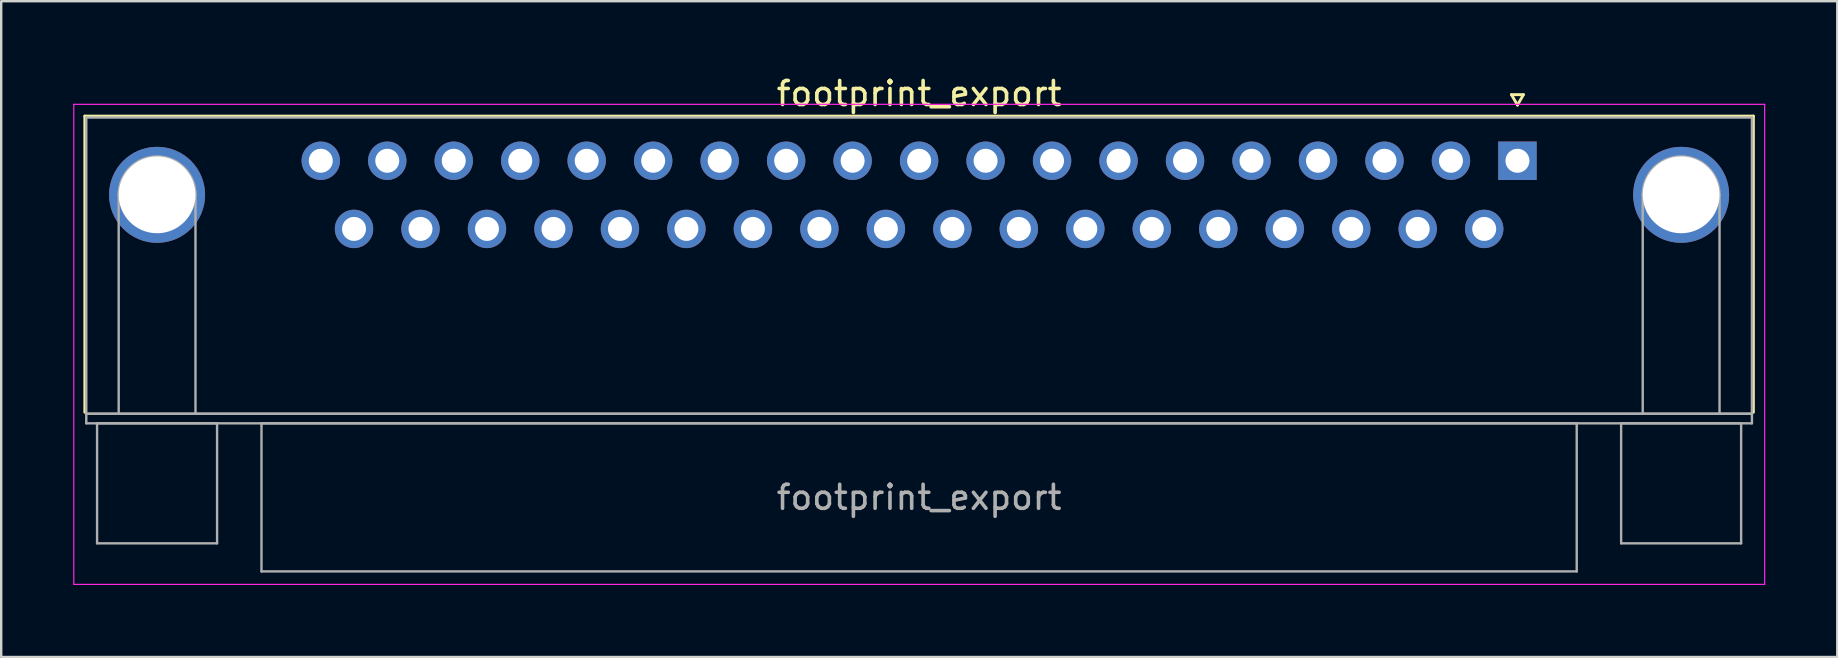
<source format=kicad_pcb>
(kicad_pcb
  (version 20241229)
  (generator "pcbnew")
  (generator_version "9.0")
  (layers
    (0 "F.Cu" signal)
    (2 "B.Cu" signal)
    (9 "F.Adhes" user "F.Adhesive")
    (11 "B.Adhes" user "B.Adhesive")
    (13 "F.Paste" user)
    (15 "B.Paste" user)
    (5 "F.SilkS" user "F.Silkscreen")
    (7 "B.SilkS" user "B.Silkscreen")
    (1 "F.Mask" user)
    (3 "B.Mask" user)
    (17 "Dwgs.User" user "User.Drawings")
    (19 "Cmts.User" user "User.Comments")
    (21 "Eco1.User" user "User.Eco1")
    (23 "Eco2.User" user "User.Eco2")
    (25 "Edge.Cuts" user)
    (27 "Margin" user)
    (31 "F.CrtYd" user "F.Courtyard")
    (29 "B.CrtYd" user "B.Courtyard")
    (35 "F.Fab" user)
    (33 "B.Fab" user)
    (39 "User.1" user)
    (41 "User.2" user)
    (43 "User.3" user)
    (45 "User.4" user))
  (footprint "footprint_export"
    (layer "F.Cu")
    (at 60.175 3.648)
    (property "Reference" "footprint_export" (at -24.93 -2.8 0) (layer "F.SilkS") (effects (font (size 1 1) (thickness 0.15))))
    (attr through_hole)
    (fp_line (start -59.69 -1.86) (end 9.83 -1.86) (stroke (width 0.12) (type solid)) (layer "F.SilkS"))
    (fp_line (start -59.69 10.48) (end -59.69 -1.86) (stroke (width 0.12) (type solid)) (layer "F.SilkS"))
    (fp_line (start -0.25 -2.754) (end 0.25 -2.754) (stroke (width 0.12) (type solid)) (layer "F.SilkS"))
    (fp_line (start 0 -2.321) (end -0.25 -2.754) (stroke (width 0.12) (type solid)) (layer "F.SilkS"))
    (fp_line (start 0.25 -2.754) (end 0 -2.321) (stroke (width 0.12) (type solid)) (layer "F.SilkS"))
    (fp_line (start 9.83 -1.86) (end 9.83 10.48) (stroke (width 0.12) (type solid)) (layer "F.SilkS"))
    (fp_line (start -60.15 -2.35) (end -60.15 17.65) (stroke (width 0.05) (type solid)) (layer "F.CrtYd"))
    (fp_line (start -60.15 17.65) (end 10.3 17.65) (stroke (width 0.05) (type solid)) (layer "F.CrtYd"))
    (fp_line (start 10.3 -2.35) (end -60.15 -2.35) (stroke (width 0.05) (type solid)) (layer "F.CrtYd"))
    (fp_line (start 10.3 17.65) (end 10.3 -2.35) (stroke (width 0.05) (type solid)) (layer "F.CrtYd"))
    (fp_line (start -59.63 -1.8) (end -59.63 10.54) (stroke (width 0.1) (type solid)) (layer "F.Fab"))
    (fp_line (start -59.63 10.54) (end -59.63 10.94) (stroke (width 0.1) (type solid)) (layer "F.Fab"))
    (fp_line (start -59.63 10.54) (end 9.77 10.54) (stroke (width 0.1) (type solid)) (layer "F.Fab"))
    (fp_line (start -59.63 10.94) (end 9.77 10.94) (stroke (width 0.1) (type solid)) (layer "F.Fab"))
    (fp_line (start -59.18 10.94) (end -59.18 15.94) (stroke (width 0.1) (type solid)) (layer "F.Fab"))
    (fp_line (start -59.18 15.94) (end -54.18 15.94) (stroke (width 0.1) (type solid)) (layer "F.Fab"))
    (fp_line (start -58.28 10.54) (end -58.28 1.42) (stroke (width 0.1) (type solid)) (layer "F.Fab"))
    (fp_line (start -55.08 10.54) (end -55.08 1.42) (stroke (width 0.1) (type solid)) (layer "F.Fab"))
    (fp_line (start -54.18 10.94) (end -59.18 10.94) (stroke (width 0.1) (type solid)) (layer "F.Fab"))
    (fp_line (start -54.18 15.94) (end -54.18 10.94) (stroke (width 0.1) (type solid)) (layer "F.Fab"))
    (fp_line (start -52.33 10.94) (end -52.33 17.11) (stroke (width 0.1) (type solid)) (layer "F.Fab"))
    (fp_line (start -52.33 17.11) (end 2.47 17.11) (stroke (width 0.1) (type solid)) (layer "F.Fab"))
    (fp_line (start 2.47 10.94) (end -52.33 10.94) (stroke (width 0.1) (type solid)) (layer "F.Fab"))
    (fp_line (start 2.47 17.11) (end 2.47 10.94) (stroke (width 0.1) (type solid)) (layer "F.Fab"))
    (fp_line (start 4.32 10.94) (end 4.32 15.94) (stroke (width 0.1) (type solid)) (layer "F.Fab"))
    (fp_line (start 4.32 15.94) (end 9.32 15.94) (stroke (width 0.1) (type solid)) (layer "F.Fab"))
    (fp_line (start 5.22 10.54) (end 5.22 1.42) (stroke (width 0.1) (type solid)) (layer "F.Fab"))
    (fp_line (start 8.42 10.54) (end 8.42 1.42) (stroke (width 0.1) (type solid)) (layer "F.Fab"))
    (fp_line (start 9.32 10.94) (end 4.32 10.94) (stroke (width 0.1) (type solid)) (layer "F.Fab"))
    (fp_line (start 9.32 15.94) (end 9.32 10.94) (stroke (width 0.1) (type solid)) (layer "F.Fab"))
    (fp_line (start 9.77 -1.8) (end -59.63 -1.8) (stroke (width 0.1) (type solid)) (layer "F.Fab"))
    (fp_line (start 9.77 10.54) (end -59.63 10.54) (stroke (width 0.1) (type solid)) (layer "F.Fab"))
    (fp_line (start 9.77 10.54) (end 9.77 -1.8) (stroke (width 0.1) (type solid)) (layer "F.Fab"))
    (fp_line (start 9.77 10.94) (end 9.77 10.54) (stroke (width 0.1) (type solid)) (layer "F.Fab"))
    (fp_arc (start -58.28 1.42) (mid -56.68 -0.18) (end -55.08 1.42) (stroke (width 0.1) (type solid)) (layer "F.Fab"))
    (fp_arc (start 5.22 1.42) (mid 6.82 -0.18) (end 8.42 1.42) (stroke (width 0.1) (type solid)) (layer "F.Fab"))
    (fp_text user "${REFERENCE}" (at -24.93 14.025 0) (layer "F.Fab") (effects (font (size 1 1) (thickness 0.15))))
    (pad "0" thru_hole circle (at -56.68 1.42) (size 4 4) (drill 3.2) (layers "*.Cu" "*.Mask"))
    (pad "0" thru_hole circle (at 6.82 1.42) (size 4 4) (drill 3.2) (layers "*.Cu" "*.Mask"))
    (pad "1" thru_hole rect (at 0 0) (size 1.6 1.6) (drill 1) (layers "*.Cu" "*.Mask"))
    (pad "2" thru_hole circle (at -2.77 0) (size 1.6 1.6) (drill 1) (layers "*.Cu" "*.Mask"))
    (pad "3" thru_hole circle (at -5.54 0) (size 1.6 1.6) (drill 1) (layers "*.Cu" "*.Mask"))
    (pad "4" thru_hole circle (at -8.31 0) (size 1.6 1.6) (drill 1) (layers "*.Cu" "*.Mask"))
    (pad "5" thru_hole circle (at -11.08 0) (size 1.6 1.6) (drill 1) (layers "*.Cu" "*.Mask"))
    (pad "6" thru_hole circle (at -13.85 0) (size 1.6 1.6) (drill 1) (layers "*.Cu" "*.Mask"))
    (pad "7" thru_hole circle (at -16.62 0) (size 1.6 1.6) (drill 1) (layers "*.Cu" "*.Mask"))
    (pad "8" thru_hole circle (at -19.39 0) (size 1.6 1.6) (drill 1) (layers "*.Cu" "*.Mask"))
    (pad "9" thru_hole circle (at -22.16 0) (size 1.6 1.6) (drill 1) (layers "*.Cu" "*.Mask"))
    (pad "10" thru_hole circle (at -24.93 0) (size 1.6 1.6) (drill 1) (layers "*.Cu" "*.Mask"))
    (pad "11" thru_hole circle (at -27.7 0) (size 1.6 1.6) (drill 1) (layers "*.Cu" "*.Mask"))
    (pad "12" thru_hole circle (at -30.47 0) (size 1.6 1.6) (drill 1) (layers "*.Cu" "*.Mask"))
    (pad "13" thru_hole circle (at -33.24 0) (size 1.6 1.6) (drill 1) (layers "*.Cu" "*.Mask"))
    (pad "14" thru_hole circle (at -36.01 0) (size 1.6 1.6) (drill 1) (layers "*.Cu" "*.Mask"))
    (pad "15" thru_hole circle (at -38.78 0) (size 1.6 1.6) (drill 1) (layers "*.Cu" "*.Mask"))
    (pad "16" thru_hole circle (at -41.55 0) (size 1.6 1.6) (drill 1) (layers "*.Cu" "*.Mask"))
    (pad "17" thru_hole circle (at -44.32 0) (size 1.6 1.6) (drill 1) (layers "*.Cu" "*.Mask"))
    (pad "18" thru_hole circle (at -47.09 0) (size 1.6 1.6) (drill 1) (layers "*.Cu" "*.Mask"))
    (pad "19" thru_hole circle (at -49.86 0) (size 1.6 1.6) (drill 1) (layers "*.Cu" "*.Mask"))
    (pad "20" thru_hole circle (at -1.385 2.84) (size 1.6 1.6) (drill 1) (layers "*.Cu" "*.Mask"))
    (pad "21" thru_hole circle (at -4.155 2.84) (size 1.6 1.6) (drill 1) (layers "*.Cu" "*.Mask"))
    (pad "22" thru_hole circle (at -6.925 2.84) (size 1.6 1.6) (drill 1) (layers "*.Cu" "*.Mask"))
    (pad "23" thru_hole circle (at -9.695 2.84) (size 1.6 1.6) (drill 1) (layers "*.Cu" "*.Mask"))
    (pad "24" thru_hole circle (at -12.465 2.84) (size 1.6 1.6) (drill 1) (layers "*.Cu" "*.Mask"))
    (pad "25" thru_hole circle (at -15.235 2.84) (size 1.6 1.6) (drill 1) (layers "*.Cu" "*.Mask"))
    (pad "26" thru_hole circle (at -18.005 2.84) (size 1.6 1.6) (drill 1) (layers "*.Cu" "*.Mask"))
    (pad "27" thru_hole circle (at -20.775 2.84) (size 1.6 1.6) (drill 1) (layers "*.Cu" "*.Mask"))
    (pad "28" thru_hole circle (at -23.545 2.84) (size 1.6 1.6) (drill 1) (layers "*.Cu" "*.Mask"))
    (pad "29" thru_hole circle (at -26.315 2.84) (size 1.6 1.6) (drill 1) (layers "*.Cu" "*.Mask"))
    (pad "30" thru_hole circle (at -29.085 2.84) (size 1.6 1.6) (drill 1) (layers "*.Cu" "*.Mask"))
    (pad "31" thru_hole circle (at -31.855 2.84) (size 1.6 1.6) (drill 1) (layers "*.Cu" "*.Mask"))
    (pad "32" thru_hole circle (at -34.625 2.84) (size 1.6 1.6) (drill 1) (layers "*.Cu" "*.Mask"))
    (pad "33" thru_hole circle (at -37.395 2.84) (size 1.6 1.6) (drill 1) (layers "*.Cu" "*.Mask"))
    (pad "34" thru_hole circle (at -40.165 2.84) (size 1.6 1.6) (drill 1) (layers "*.Cu" "*.Mask"))
    (pad "35" thru_hole circle (at -42.935 2.84) (size 1.6 1.6) (drill 1) (layers "*.Cu" "*.Mask"))
    (pad "36" thru_hole circle (at -45.705 2.84) (size 1.6 1.6) (drill 1) (layers "*.Cu" "*.Mask"))
    (pad "37" thru_hole circle (at -48.475 2.84) (size 1.6 1.6) (drill 1) (layers "*.Cu" "*.Mask")))
  (gr_rect
    (start -3 -3)
    (end 73.5 24.323)
    (stroke (width 0.1) (type default))
    (fill no)
    (layer "Edge.Cuts")))
</source>
